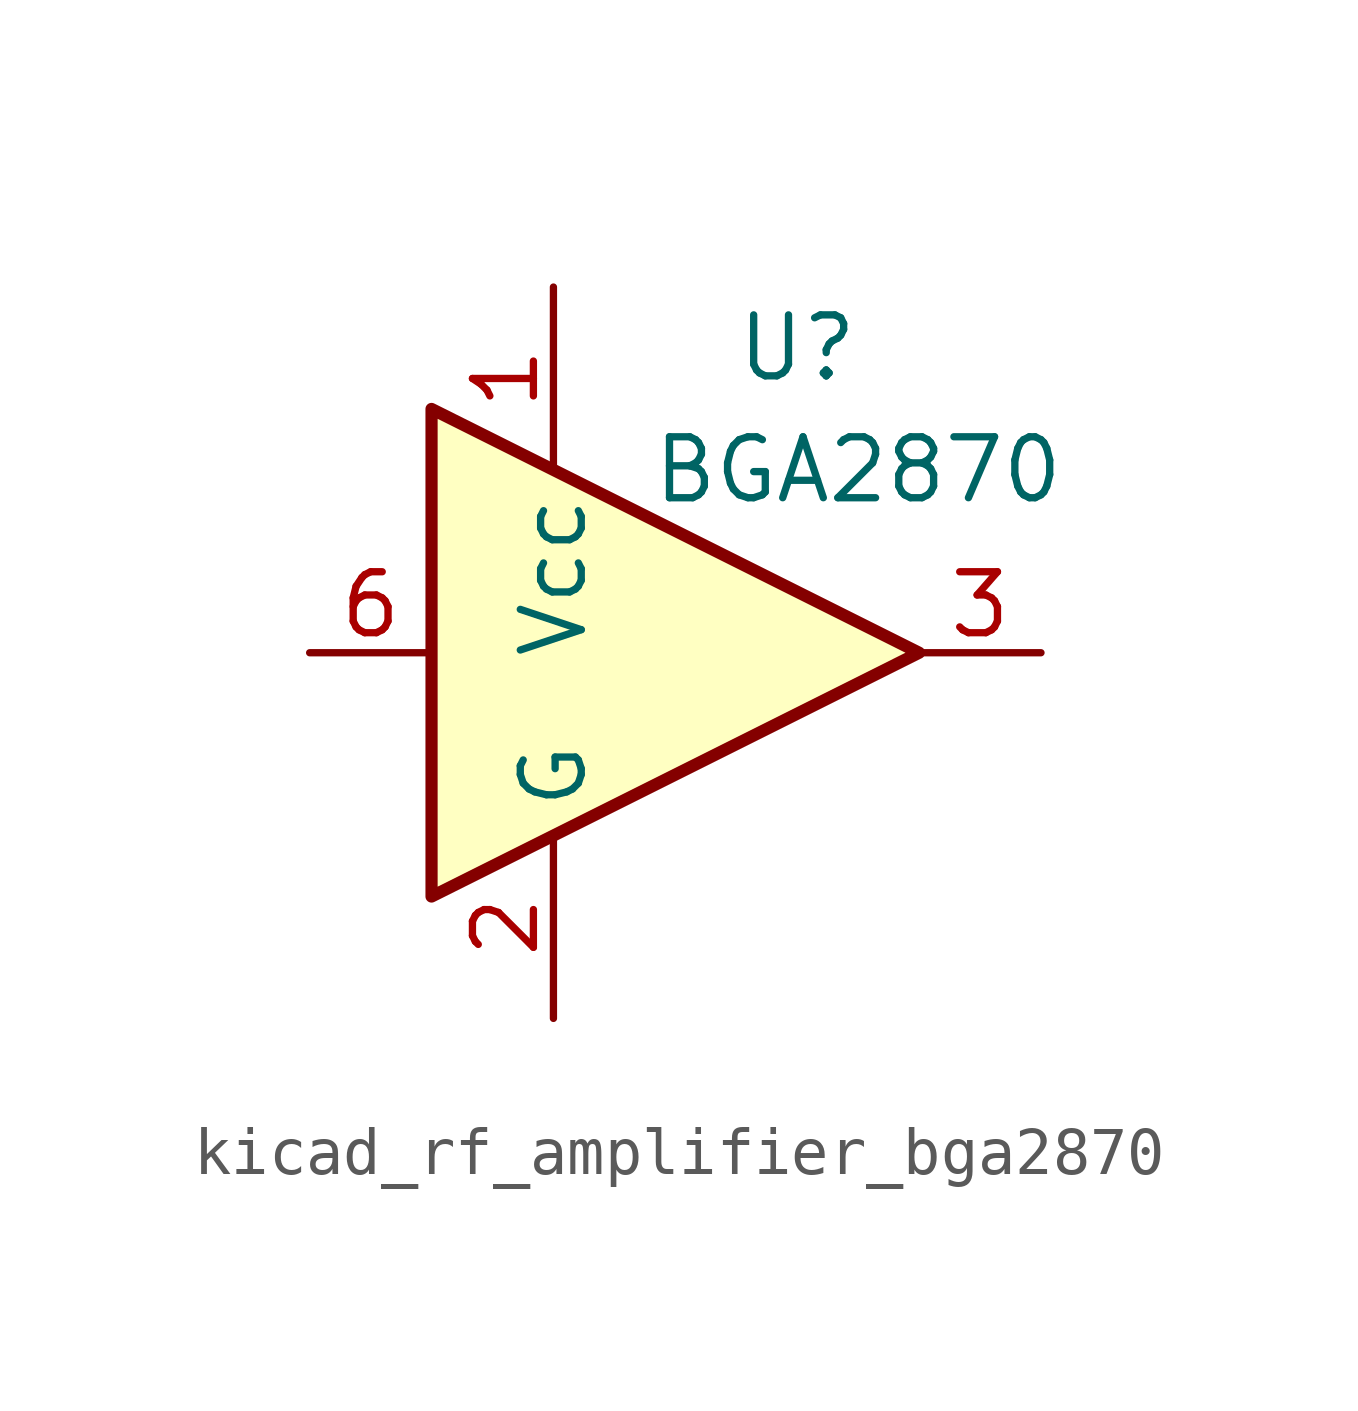
<source format=kicad_sym>
(kicad_symbol_lib
  (version 20220914)
  (generator kicad_symbol_editor)
  (symbol "kicad_rf_amplifier_bga2870"
    (property "Reference" "U"
      (at 2.54 6.35 0)
      (effects (font (size 1.27 1.27))))
    (property "Value" "BGA2870"
      (at 3.81 3.81 0)
      (effects (font (size 1.27 1.27))))
    (symbol "kicad_rf_amplifier_bga2870_0_1"
      (polyline (pts (xy 5.08 0) (xy -5.08 5.08) (xy -5.08 -5.08) (xy 5.08 0)) (stroke (width 0.254) (type default)) (fill (type background))))
    (symbol "kicad_rf_amplifier_bga2870_1_1"
      (pin power_in line (at -2.54 7.62 270) (length 3.81) (name "Vcc" (effects (font (size 1.27 1.27)))) (number "1" (effects (font (size 1.27 1.27)))))
      (pin power_in line (at -2.54 -7.62 90) (length 3.81) (name "G" (effects (font (size 1.27 1.27)))) (number "2" (effects (font (size 1.27 1.27)))))
      (pin output line (at 7.62 0 180) (length 2.54) (name "~" (effects (font (size 1.27 1.27)))) (number "3" (effects (font (size 1.27 1.27)))))
      (pin passive line (at -2.54 -7.62 90) (length 3.81) hide (name "G" (effects (font (size 1.27 1.27)))) (number "4" (effects (font (size 1.27 1.27)))))
      (pin passive line (at -2.54 -7.62 90) (length 3.81) hide (name "G" (effects (font (size 1.27 1.27)))) (number "5" (effects (font (size 1.27 1.27)))))
      (pin input line (at -7.62 0 0) (length 2.54) (name "~" (effects (font (size 1.27 1.27)))) (number "6" (effects (font (size 1.27 1.27))))))))
</source>
